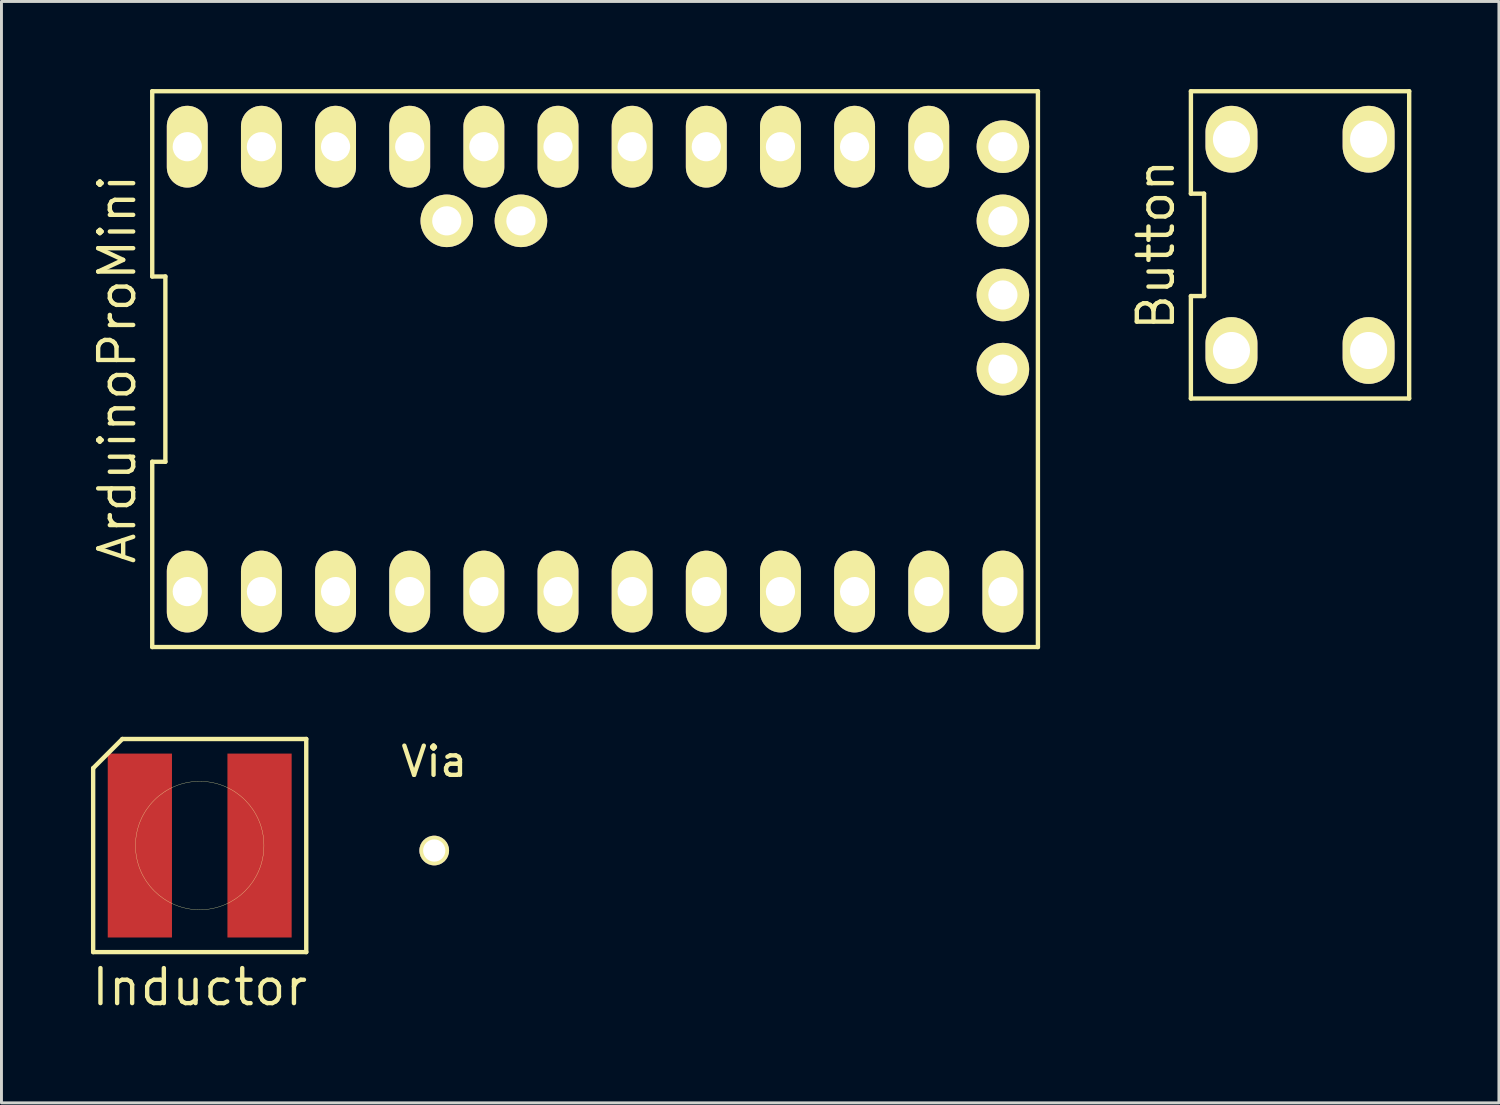
<source format=kicad_pcb>
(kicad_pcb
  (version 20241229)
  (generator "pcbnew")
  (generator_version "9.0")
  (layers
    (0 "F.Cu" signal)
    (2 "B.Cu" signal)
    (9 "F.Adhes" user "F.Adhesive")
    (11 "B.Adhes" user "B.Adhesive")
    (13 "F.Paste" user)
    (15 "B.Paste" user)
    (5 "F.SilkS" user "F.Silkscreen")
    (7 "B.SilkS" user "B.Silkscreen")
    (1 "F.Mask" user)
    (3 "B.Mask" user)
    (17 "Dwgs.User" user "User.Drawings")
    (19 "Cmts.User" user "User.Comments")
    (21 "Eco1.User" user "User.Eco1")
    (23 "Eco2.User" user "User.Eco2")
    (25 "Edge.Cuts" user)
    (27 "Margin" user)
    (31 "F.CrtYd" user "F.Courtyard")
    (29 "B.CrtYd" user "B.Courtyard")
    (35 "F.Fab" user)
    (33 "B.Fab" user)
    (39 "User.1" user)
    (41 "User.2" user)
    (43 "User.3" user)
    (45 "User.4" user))
  (footprint "Via"
    (layer "F.Cu")
    (at 11.825 26.086)
    (property "Reference" "Via" (at 0 -3.048 0) (layer "F.SilkS") (effects (font (size 1 1) (thickness 0.15))))
    (attr through_hole)
    (pad "1" thru_hole circle (at 0 0) (size 1.016 1.016) (drill 0.762) (layers "*.Cu" "*.Mask" "F.SilkS")))
  (footprint "Inductor"
    (layer "F.Cu")
    (at 3.791 25.915)
    (property "Reference" "Inductor" (at 0 4.85 0) (layer "F.SilkS") (effects (font (size 1.2 1.2) (thickness 0.15))))
    (attr through_hole)
    (fp_line (start -3.65 -2.65) (end -3.65 3.65) (stroke (width 0.15) (type solid)) (layer "F.SilkS"))
    (fp_line (start -3.65 3.65) (end 3.65 3.65) (stroke (width 0.15) (type solid)) (layer "F.SilkS"))
    (fp_line (start -2.65 -3.65) (end -3.65 -2.65) (stroke (width 0.15) (type solid)) (layer "F.SilkS"))
    (fp_line (start 3.65 -3.65) (end -2.65 -3.65) (stroke (width 0.15) (type solid)) (layer "F.SilkS"))
    (fp_line (start 3.65 3.65) (end 3.65 -3.65) (stroke (width 0.15) (type solid)) (layer "F.SilkS"))
    (fp_circle (center 0 0) (end 0 2.2) (stroke (width 0.01) (type solid)) (fill no) (layer "F.SilkS"))
    (pad "1" smd rect (at -2.05 0) (size 2.2 6.3) (layers "F.Cu" "F.Mask" "F.Paste"))
    (pad "2" smd rect (at 2.05 0) (size 2.2 6.3) (layers "F.Cu" "F.Mask" "F.Paste")))
  (footprint "Button"
    (layer "F.Cu")
    (at 41.484 5.338)
    (property "Reference" "Button" (at -4.939 0 90) (layer "F.SilkS") (effects (font (size 1.2 1.2) (thickness 0.15))))
    (attr through_hole)
    (fp_line (start -3.739 -1.754) (end -3.288 -1.754) (stroke (width 0.15) (type solid)) (layer "F.SilkS"))
    (fp_line (start -3.739 1.754) (end -3.739 5.263) (stroke (width 0.15) (type solid)) (layer "F.SilkS"))
    (fp_line (start -3.739 5.263) (end 3.738 5.263) (stroke (width 0.15) (type solid)) (layer "F.SilkS"))
    (fp_line (start -3.738 -5.263) (end -3.739 -1.754) (stroke (width 0.15) (type solid)) (layer "F.SilkS"))
    (fp_line (start -3.288 -1.754) (end -3.288 1.754) (stroke (width 0.15) (type solid)) (layer "F.SilkS"))
    (fp_line (start -3.288 1.754) (end -3.739 1.754) (stroke (width 0.15) (type solid)) (layer "F.SilkS"))
    (fp_line (start 3.738 5.263) (end 3.739 -5.263) (stroke (width 0.15) (type solid)) (layer "F.SilkS"))
    (fp_line (start 3.739 -5.263) (end -3.738 -5.263) (stroke (width 0.15) (type solid)) (layer "F.SilkS"))
    (pad "" thru_hole oval (at -2.349 -3.619) (size 1.778 2.286) (drill 1.27) (layers "*.Cu" "*.Mask" "F.SilkS"))
    (pad "" thru_hole oval (at 2.349 -3.619) (size 1.778 2.286) (drill 1.27) (layers "*.Cu" "*.Mask" "F.SilkS"))
    (pad "1" thru_hole oval (at -2.349 3.619) (size 1.778 2.286) (drill 1.27) (layers "*.Cu" "*.Mask" "F.SilkS"))
    (pad "2" thru_hole oval (at 2.349 3.619) (size 1.778 2.286) (drill 1.27) (layers "*.Cu" "*.Mask" "F.SilkS")))
  (footprint "ArduinoProMini"
    (layer "F.Cu")
    (at 17.335 9.595)
    (property "Reference" "ArduinoProMini" (at -16.37 0 90) (layer "F.SilkS") (effects (font (size 1.2 1.2) (thickness 0.15))))
    (attr through_hole)
    (fp_line (start -15.17 -9.52) (end -15.17 -3.173) (stroke (width 0.15) (type solid)) (layer "F.SilkS"))
    (fp_line (start -15.17 -3.173) (end -14.72 -3.173) (stroke (width 0.15) (type solid)) (layer "F.SilkS"))
    (fp_line (start -15.17 3.173) (end -15.17 9.52) (stroke (width 0.15) (type solid)) (layer "F.SilkS"))
    (fp_line (start -15.17 9.52) (end 15.17 9.52) (stroke (width 0.15) (type solid)) (layer "F.SilkS"))
    (fp_line (start -14.72 -3.173) (end -14.72 3.173) (stroke (width 0.15) (type solid)) (layer "F.SilkS"))
    (fp_line (start -14.72 3.173) (end -15.17 3.173) (stroke (width 0.15) (type solid)) (layer "F.SilkS"))
    (fp_line (start 15.17 -9.52) (end -15.17 -9.52) (stroke (width 0.15) (type solid)) (layer "F.SilkS"))
    (fp_line (start 15.17 9.52) (end 15.17 -9.52) (stroke (width 0.15) (type solid)) (layer "F.SilkS"))
    (pad "1" thru_hole oval (at -13.97 7.62) (size 1.4 2.8) (drill 1) (layers "*.Cu" "*.Mask" "F.SilkS"))
    (pad "2" thru_hole oval (at -11.43 7.62) (size 1.4 2.8) (drill 1) (layers "*.Cu" "*.Mask" "F.SilkS"))
    (pad "3" thru_hole oval (at -8.89 7.62) (size 1.4 2.8) (drill 1) (layers "*.Cu" "*.Mask" "F.SilkS"))
    (pad "4" thru_hole oval (at -6.35 7.62) (size 1.4 2.8) (drill 1) (layers "*.Cu" "*.Mask" "F.SilkS"))
    (pad "5" thru_hole oval (at -3.81 7.62) (size 1.4 2.8) (drill 1) (layers "*.Cu" "*.Mask" "F.SilkS"))
    (pad "6" thru_hole oval (at -1.27 7.62) (size 1.4 2.8) (drill 1) (layers "*.Cu" "*.Mask" "F.SilkS"))
    (pad "7" thru_hole oval (at 1.27 7.62) (size 1.4 2.8) (drill 1) (layers "*.Cu" "*.Mask" "F.SilkS"))
    (pad "8" thru_hole oval (at 3.81 7.62) (size 1.4 2.8) (drill 1) (layers "*.Cu" "*.Mask" "F.SilkS"))
    (pad "9" thru_hole oval (at 6.35 7.62) (size 1.4 2.8) (drill 1) (layers "*.Cu" "*.Mask" "F.SilkS"))
    (pad "10" thru_hole oval (at 8.89 7.62) (size 1.4 2.8) (drill 1) (layers "*.Cu" "*.Mask" "F.SilkS"))
    (pad "11" thru_hole oval (at 11.43 7.62) (size 1.4 2.8) (drill 1) (layers "*.Cu" "*.Mask" "F.SilkS"))
    (pad "12" thru_hole oval (at 13.97 7.62) (size 1.4 2.8) (drill 1) (layers "*.Cu" "*.Mask" "F.SilkS"))
    (pad "13" thru_hole circle (at 13.97 -7.62) (size 1.8 1.8) (drill 1) (layers "*.Cu" "*.Mask" "F.SilkS"))
    (pad "14" thru_hole oval (at 11.43 -7.62) (size 1.4 2.8) (drill 1) (layers "*.Cu" "*.Mask" "F.SilkS"))
    (pad "15" thru_hole oval (at 8.89 -7.62) (size 1.4 2.8) (drill 1) (layers "*.Cu" "*.Mask" "F.SilkS"))
    (pad "16" thru_hole oval (at 6.35 -7.62) (size 1.4 2.8) (drill 1) (layers "*.Cu" "*.Mask" "F.SilkS"))
    (pad "17" thru_hole oval (at 3.81 -7.62) (size 1.4 2.8) (drill 1) (layers "*.Cu" "*.Mask" "F.SilkS"))
    (pad "18" thru_hole oval (at 1.27 -7.62) (size 1.4 2.8) (drill 1) (layers "*.Cu" "*.Mask" "F.SilkS"))
    (pad "19" thru_hole oval (at -1.27 -7.62) (size 1.4 2.8) (drill 1) (layers "*.Cu" "*.Mask" "F.SilkS"))
    (pad "20" thru_hole oval (at -3.81 -7.62) (size 1.4 2.8) (drill 1) (layers "*.Cu" "*.Mask" "F.SilkS"))
    (pad "21" thru_hole oval (at -6.35 -7.62) (size 1.4 2.8) (drill 1) (layers "*.Cu" "*.Mask" "F.SilkS"))
    (pad "22" thru_hole oval (at -8.89 -7.62) (size 1.4 2.8) (drill 1) (layers "*.Cu" "*.Mask" "F.SilkS"))
    (pad "23" thru_hole oval (at -11.43 -7.62) (size 1.4 2.8) (drill 1) (layers "*.Cu" "*.Mask" "F.SilkS"))
    (pad "24" thru_hole oval (at -13.97 -7.62) (size 1.4 2.8) (drill 1) (layers "*.Cu" "*.Mask" "F.SilkS"))
    (pad "25" thru_hole circle (at -2.54 -5.08) (size 1.8 1.8) (drill 1) (layers "*.Cu" "*.Mask" "F.SilkS"))
    (pad "26" thru_hole circle (at -5.08 -5.08) (size 1.8 1.8) (drill 1) (layers "*.Cu" "*.Mask" "F.SilkS"))
    (pad "27" thru_hole circle (at 13.97 0) (size 1.8 1.8) (drill 1) (layers "*.Cu" "*.Mask" "F.SilkS"))
    (pad "28" thru_hole circle (at 13.97 -2.54) (size 1.8 1.8) (drill 1) (layers "*.Cu" "*.Mask" "F.SilkS"))
    (pad "29" thru_hole circle (at 13.97 -5.08) (size 1.8 1.8) (drill 1) (layers "*.Cu" "*.Mask" "F.SilkS")))
  (gr_rect
    (start -3 -3)
    (end 48.297 34.73)
    (stroke (width 0.1) (type default))
    (fill no)
    (layer "Edge.Cuts")))
</source>
